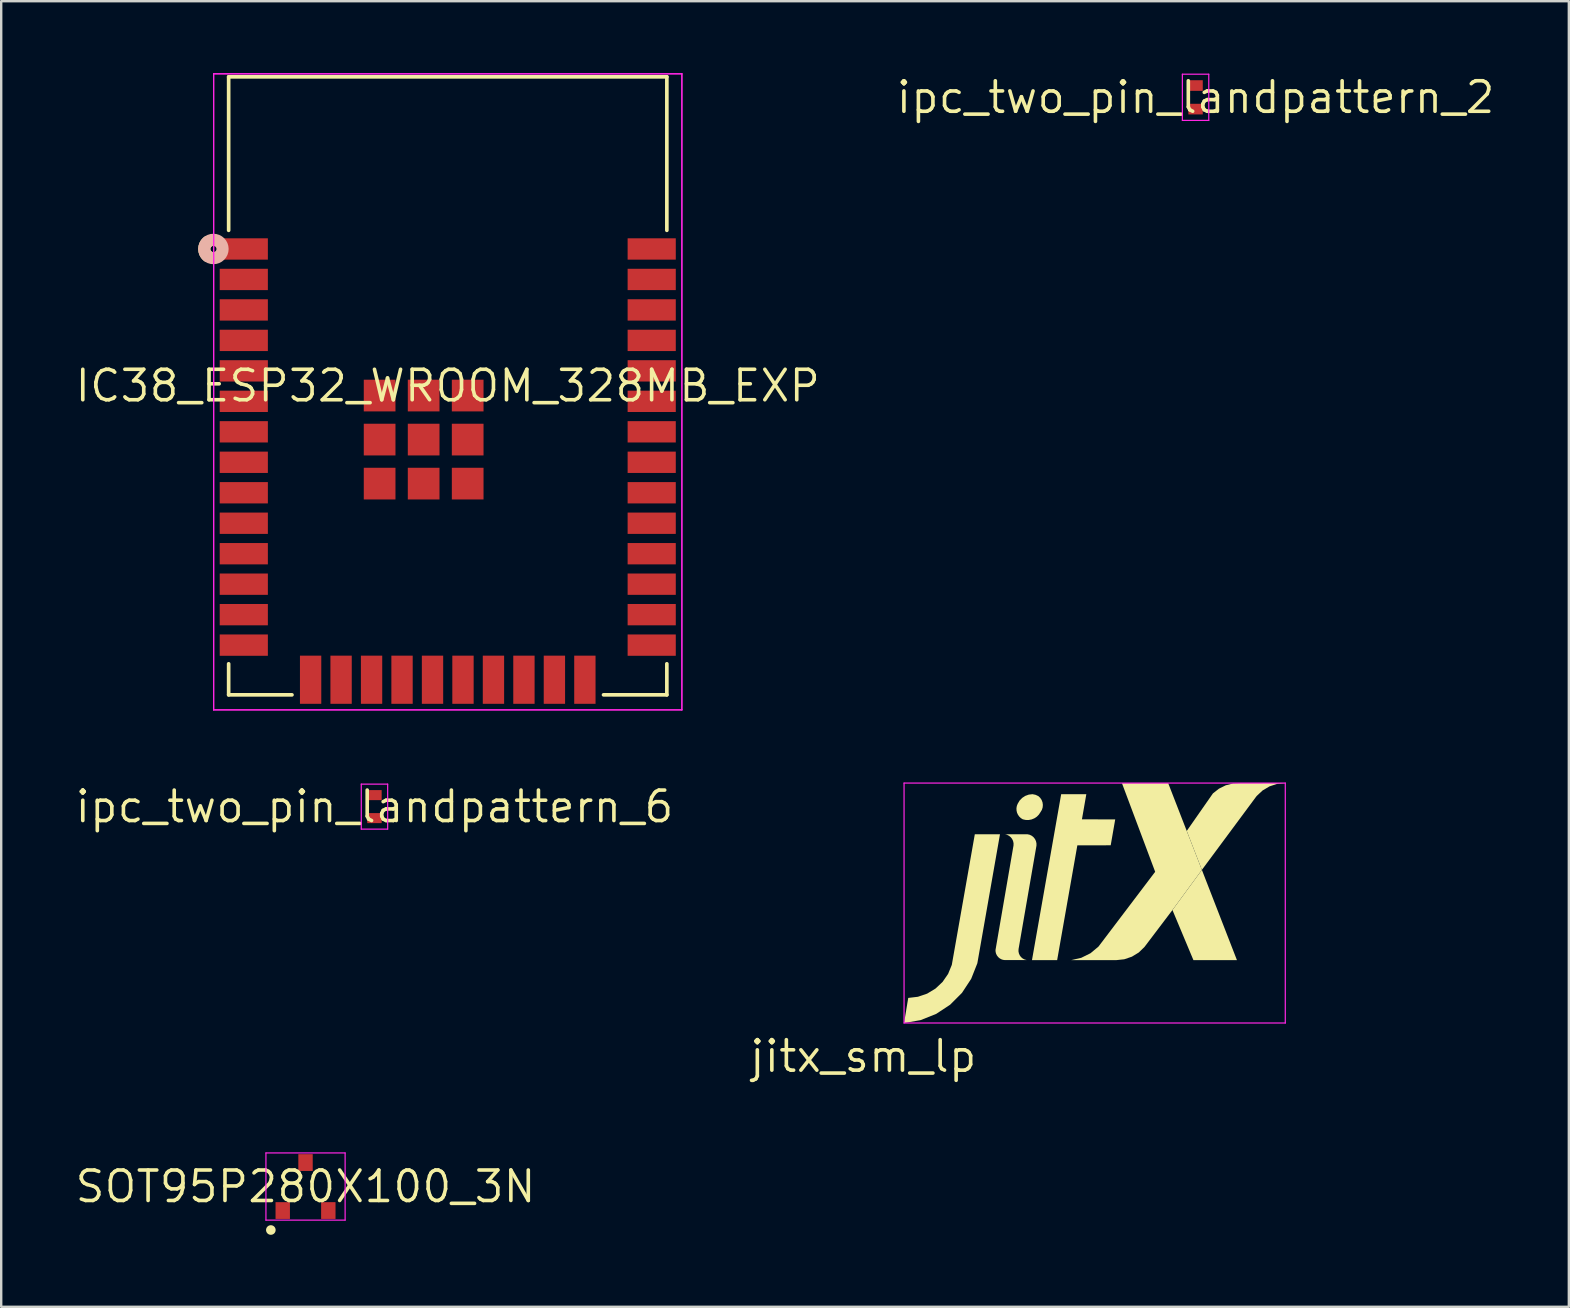
<source format=kicad_pcb>
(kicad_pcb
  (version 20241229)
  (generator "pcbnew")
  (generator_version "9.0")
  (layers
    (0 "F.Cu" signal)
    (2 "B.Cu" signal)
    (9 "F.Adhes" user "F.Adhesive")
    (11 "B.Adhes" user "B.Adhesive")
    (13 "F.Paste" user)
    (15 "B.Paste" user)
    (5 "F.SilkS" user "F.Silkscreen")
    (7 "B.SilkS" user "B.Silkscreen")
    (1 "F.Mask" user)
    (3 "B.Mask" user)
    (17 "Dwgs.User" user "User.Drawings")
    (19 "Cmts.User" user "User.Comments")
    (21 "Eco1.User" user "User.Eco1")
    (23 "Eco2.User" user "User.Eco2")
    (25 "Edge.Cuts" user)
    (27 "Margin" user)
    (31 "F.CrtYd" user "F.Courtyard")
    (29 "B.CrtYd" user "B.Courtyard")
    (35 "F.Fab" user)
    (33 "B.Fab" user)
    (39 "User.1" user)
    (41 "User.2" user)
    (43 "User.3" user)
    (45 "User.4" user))
  (footprint "IC38_ESP32_WROOM_328MB_EXP"
    (layer "F.Cu")
    (at 15.61 13.03)
    (property "Reference" "IC38_ESP32_WROOM_328MB_EXP" (at 0 0 0) (layer "F.SilkS") (effects (font (size 1.27 1.27) (thickness 0.15))))
    (attr through_hole)
    (fp_line (start -9.131 -12.878) (end 9.131 -12.878) (stroke (width 0.152) (type solid)) (layer "F.SilkS"))
    (fp_line (start -9.131 -6.481) (end -9.131 -12.878) (stroke (width 0.152) (type solid)) (layer "F.SilkS"))
    (fp_line (start -9.131 12.878) (end -9.131 11.584) (stroke (width 0.152) (type solid)) (layer "F.SilkS"))
    (fp_line (start -9.131 12.878) (end -6.492 12.878) (stroke (width 0.152) (type solid)) (layer "F.SilkS"))
    (fp_line (start 6.492 12.878) (end 9.131 12.878) (stroke (width 0.152) (type solid)) (layer "F.SilkS"))
    (fp_line (start 9.131 -6.481) (end 9.131 -12.878) (stroke (width 0.152) (type solid)) (layer "F.SilkS"))
    (fp_line (start 9.131 12.878) (end 9.131 11.584) (stroke (width 0.152) (type solid)) (layer "F.SilkS"))
    (fp_arc (start -10.01384 -5.414072) (mid -10.147299 -5.7037) (end -10.013841 -5.993328) (stroke (width 0.508) (type solid)) (layer "F.SilkS"))
    (fp_arc (start -9.3853 -5.7037) (mid -10.1473 -5.7037) (end -9.3853 -5.7037) (stroke (width 0.508) (type solid)) (layer "B.SilkS"))
    (fp_line (start -9.757 -13.005) (end -9.757 13.505) (stroke (width 0.05) (type solid)) (layer "F.CrtYd"))
    (fp_line (start -9.757 -13.005) (end 9.757 -13.005) (stroke (width 0.05) (type solid)) (layer "F.CrtYd"))
    (fp_line (start -9.757 13.505) (end -9.757 -13.005) (stroke (width 0.05) (type solid)) (layer "F.CrtYd"))
    (fp_line (start -9.757 13.505) (end 9.757 13.505) (stroke (width 0.05) (type solid)) (layer "F.CrtYd"))
    (fp_line (start 9.757 -13.005) (end -9.757 -13.005) (stroke (width 0.05) (type solid)) (layer "F.CrtYd"))
    (fp_line (start 9.757 -13.005) (end 9.757 13.505) (stroke (width 0.05) (type solid)) (layer "F.CrtYd"))
    (fp_line (start 9.757 13.505) (end -9.757 13.505) (stroke (width 0.05) (type solid)) (layer "F.CrtYd"))
    (fp_line (start 9.757 13.505) (end 9.757 -13.005) (stroke (width 0.05) (type solid)) (layer "F.CrtYd"))
    (pad "1" smd rect (at -8.5 -5.704) (size 2.007 0.889) (layers "F.Cu" "F.Paste"))
    (pad "2" smd rect (at -8.5 -4.434) (size 2.007 0.889) (layers "F.Cu" "F.Paste"))
    (pad "3" smd rect (at -8.5 -3.164) (size 2.007 0.889) (layers "F.Cu" "F.Paste"))
    (pad "4" smd rect (at -8.5 -1.894) (size 2.007 0.889) (layers "F.Cu" "F.Paste"))
    (pad "5" smd rect (at -8.5 -0.624) (size 2.007 0.889) (layers "F.Cu" "F.Paste"))
    (pad "6" smd rect (at -8.5 0.646) (size 2.007 0.889) (layers "F.Cu" "F.Paste"))
    (pad "7" smd rect (at -8.5 1.916) (size 2.007 0.889) (layers "F.Cu" "F.Paste"))
    (pad "8" smd rect (at -8.5 3.186) (size 2.007 0.889) (layers "F.Cu" "F.Paste"))
    (pad "9" smd rect (at -8.5 4.456) (size 2.007 0.889) (layers "F.Cu" "F.Paste"))
    (pad "10" smd rect (at -8.5 5.726) (size 2.007 0.889) (layers "F.Cu" "F.Paste"))
    (pad "11" smd rect (at -8.5 6.996) (size 2.007 0.889) (layers "F.Cu" "F.Paste"))
    (pad "12" smd rect (at -8.5 8.266) (size 2.007 0.889) (layers "F.Cu" "F.Paste"))
    (pad "13" smd rect (at -8.5 9.536) (size 2.007 0.889) (layers "F.Cu" "F.Paste"))
    (pad "14" smd rect (at -8.5 10.806) (size 2.007 0.889) (layers "F.Cu" "F.Paste"))
    (pad "15" smd rect (at -5.715 12.248) (size 0.889 2.007) (layers "F.Cu" "F.Paste"))
    (pad "16" smd rect (at -4.445 12.248) (size 0.889 2.007) (layers "F.Cu" "F.Paste"))
    (pad "17" smd rect (at -3.175 12.248) (size 0.889 2.007) (layers "F.Cu" "F.Paste"))
    (pad "18" smd rect (at -1.905 12.248) (size 0.889 2.007) (layers "F.Cu" "F.Paste"))
    (pad "19" smd rect (at -0.635 12.248) (size 0.889 2.007) (layers "F.Cu" "F.Paste"))
    (pad "20" smd rect (at 0.635 12.248) (size 0.889 2.007) (layers "F.Cu" "F.Paste"))
    (pad "21" smd rect (at 1.905 12.248) (size 0.889 2.007) (layers "F.Cu" "F.Paste"))
    (pad "22" smd rect (at 3.175 12.248) (size 0.889 2.007) (layers "F.Cu" "F.Paste"))
    (pad "23" smd rect (at 4.445 12.248) (size 0.889 2.007) (layers "F.Cu" "F.Paste"))
    (pad "24" smd rect (at 5.715 12.248) (size 0.889 2.007) (layers "F.Cu" "F.Paste"))
    (pad "25" smd rect (at 8.5 10.806) (size 2.007 0.889) (layers "F.Cu" "F.Paste"))
    (pad "26" smd rect (at 8.5 9.536) (size 2.007 0.889) (layers "F.Cu" "F.Paste"))
    (pad "27" smd rect (at 8.5 8.266) (size 2.007 0.889) (layers "F.Cu" "F.Paste"))
    (pad "28" smd rect (at 8.5 6.996) (size 2.007 0.889) (layers "F.Cu" "F.Paste"))
    (pad "29" smd rect (at 8.5 5.726) (size 2.007 0.889) (layers "F.Cu" "F.Paste"))
    (pad "30" smd rect (at 8.5 4.456) (size 2.007 0.889) (layers "F.Cu" "F.Paste"))
    (pad "31" smd rect (at 8.5 3.186) (size 2.007 0.889) (layers "F.Cu" "F.Paste"))
    (pad "32" smd rect (at 8.5 1.916) (size 2.007 0.889) (layers "F.Cu" "F.Paste"))
    (pad "33" smd rect (at 8.5 0.646) (size 2.007 0.889) (layers "F.Cu" "F.Paste"))
    (pad "34" smd rect (at 8.5 -0.624) (size 2.007 0.889) (layers "F.Cu" "F.Paste"))
    (pad "35" smd rect (at 8.5 -1.894) (size 2.007 0.889) (layers "F.Cu" "F.Paste"))
    (pad "36" smd rect (at 8.5 -3.164) (size 2.007 0.889) (layers "F.Cu" "F.Paste"))
    (pad "37" smd rect (at 8.5 -4.434) (size 2.007 0.889) (layers "F.Cu" "F.Paste"))
    (pad "38" smd rect (at 8.5 -5.704) (size 2.007 0.889) (layers "F.Cu" "F.Paste"))
    (pad "39" smd rect (at -2.839 0.405) (size 1.321 1.321) (layers "F.Cu" "F.Paste"))
    (pad "40" smd rect (at -1.004 0.405) (size 1.321 1.321) (layers "F.Cu" "F.Paste"))
    (pad "41" smd rect (at 0.831 0.405) (size 1.321 1.321) (layers "F.Cu" "F.Paste"))
    (pad "42" smd rect (at -2.839 2.24) (size 1.321 1.321) (layers "F.Cu" "F.Paste"))
    (pad "43" smd rect (at -1.004 2.24) (size 1.321 1.321) (layers "F.Cu" "F.Paste"))
    (pad "44" smd rect (at 0.831 2.24) (size 1.321 1.321) (layers "F.Cu" "F.Paste"))
    (pad "45" smd rect (at -2.839 4.075) (size 1.321 1.321) (layers "F.Cu" "F.Paste"))
    (pad "46" smd rect (at -1.004 4.075) (size 1.321 1.321) (layers "F.Cu" "F.Paste"))
    (pad "47" smd rect (at 0.831 4.075) (size 1.321 1.321) (layers "F.Cu" "F.Paste")))
  (footprint "ipc_two_pin_landpattern_2"
    (layer "F.Cu")
    (at 46.776 1.006)
    (property "Reference" "ipc_two_pin_landpattern_2" (at 0 0 0) (layer "F.SilkS") (effects (font (size 1.27 1.27) (thickness 0.15))))
    (attr through_hole)
    (fp_line (start -0.55 -0.963) (end 0.55 -0.963) (stroke (width 0.05) (type solid)) (layer "F.CrtYd"))
    (fp_line (start -0.55 0.963) (end -0.55 -0.963) (stroke (width 0.05) (type solid)) (layer "F.CrtYd"))
    (fp_line (start 0.55 -0.963) (end 0.55 0.963) (stroke (width 0.05) (type solid)) (layer "F.CrtYd"))
    (fp_line (start 0.55 0.963) (end -0.55 0.963) (stroke (width 0.05) (type solid)) (layer "F.CrtYd"))
    (pad "1" smd rect (at 0 -0.491) (size 0.6 0.443) (layers "F.Cu" "F.Paste"))
    (pad "2" smd rect (at 0 0.491) (size 0.6 0.443) (layers "F.Cu" "F.Paste")))
  (footprint "jitx_sm_lp"
    (layer "F.Cu")
    (at 32.927 40.969)
    (property "Reference" "jitx_sm_lp" (at 0 0 0) (layer "F.SilkS") (effects (font (size 1.27 1.27) (thickness 0.15))))
    (attr through_hole)
    (fp_poly (pts (xy 13.76 -4.004) (xy 12.885 -6.093) (xy 14.112 -7.766) (xy 15.573 -4.005)) (stroke (width 0) (type solid)) (fill yes) (layer "F.SilkS"))
    (fp_poly (pts (xy 8.248 -10.921) (xy 7.031 -4.004) (xy 8.08 -4.004) (xy 8.922 -8.789) (xy 10.312 -8.791) (xy 10.5 -9.871) (xy 9.113 -9.872) (xy 9.296 -10.921)) (stroke (width 0) (type solid)) (fill yes) (layer "F.SilkS"))
    (fp_poly (pts (xy 13.481 -9.389) (xy 14.112 -7.766) (xy 16.394 -10.845) (xy 16.641 -11.075) (xy 16.931 -11.247) (xy 17.252 -11.352) (xy 17.588 -11.384) (xy 15.733 -11.382) (xy 15.415 -11.369) (xy 15.107 -11.291) (xy 14.822 -11.15) (xy 14.572 -10.953)) (stroke (width 0) (type solid)) (fill yes) (layer "F.SilkS"))
    (fp_poly (pts (xy 11.721 -4.556) (xy 12.885 -6.093) (xy 14.112 -7.766) (xy 13.481 -9.389) (xy 12.708 -11.379) (xy 10.78 -11.38) (xy 12.165 -7.687) (xy 9.802 -4.569) (xy 9.471 -4.293) (xy 9.084 -4.102) (xy 8.664 -4.005) (xy 10.545 -4.005) (xy 10.878 -4.041) (xy 11.195 -4.149) (xy 11.481 -4.323)) (stroke (width 0) (type solid)) (fill yes) (layer "F.SilkS"))
    (fp_poly (pts (xy 4.754 -3.874) (xy 5.698 -9.252) (xy 4.649 -9.252) (xy 3.69 -3.807) (xy 3.536 -3.432) (xy 3.305 -3.097) (xy 3.009 -2.819) (xy 2.662 -2.609) (xy 2.277 -2.478) (xy 1.874 -2.43) (xy 1.7 -1.384) (xy 2.388 -1.505) (xy 3.037 -1.763) (xy 3.62 -2.147) (xy 4.114 -2.641) (xy 4.497 -3.225)) (stroke (width 0) (type solid)) (fill yes) (layer "F.SilkS"))
    (fp_poly (pts (xy 7.052 -10.921) (xy 6.897 -10.903) (xy 6.751 -10.85) (xy 6.621 -10.765) (xy 6.513 -10.653) (xy 6.434 -10.519) (xy 6.4 -10.431) (xy 6.384 -10.338) (xy 6.387 -10.244) (xy 6.407 -10.152) (xy 6.446 -10.066) (xy 6.5 -9.989) (xy 6.568 -9.924) (xy 6.648 -9.874) (xy 6.769 -9.847) (xy 6.893 -9.845) (xy 7.015 -9.868) (xy 7.13 -9.915) (xy 7.234 -9.984) (xy 7.321 -10.073) (xy 7.389 -10.177) (xy 7.444 -10.268) (xy 7.476 -10.369) (xy 7.485 -10.474) (xy 7.471 -10.579) (xy 7.434 -10.679) (xy 7.375 -10.767) (xy 7.298 -10.84) (xy 7.18 -10.895)) (stroke (width 0) (type solid)) (fill yes) (layer "F.SilkS"))
    (fp_poly (pts (xy 5.903 -4.007) (xy 6.809 -4.009) (xy 6.722 -4.032) (xy 6.643 -4.074) (xy 6.574 -4.133) (xy 6.521 -4.205) (xy 6.485 -4.288) (xy 6.468 -4.376) (xy 6.472 -4.466) (xy 7.218 -8.777) (xy 7.218 -8.873) (xy 7.197 -8.966) (xy 7.156 -9.052) (xy 7.096 -9.128) (xy 7.022 -9.188) (xy 6.936 -9.23) (xy 6.842 -9.251) (xy 5.904 -9.249) (xy 5.994 -9.227) (xy 6.076 -9.185) (xy 6.148 -9.126) (xy 6.204 -9.053) (xy 6.243 -8.97) (xy 6.263 -8.879) (xy 6.262 -8.787) (xy 5.511 -4.426) (xy 5.516 -4.347) (xy 5.536 -4.27) (xy 5.572 -4.198) (xy 5.62 -4.135) (xy 5.68 -4.083) (xy 5.749 -4.043) (xy 5.824 -4.017)) (stroke (width 0) (type solid)) (fill yes) (layer "F.SilkS"))
    (fp_line (start 1.7 -11.384) (end 17.588 -11.384) (stroke (width 0.05) (type solid)) (layer "F.CrtYd"))
    (fp_line (start 1.7 -1.384) (end 1.7 -11.384) (stroke (width 0.05) (type solid)) (layer "F.CrtYd"))
    (fp_line (start 17.588 -11.384) (end 17.588 -1.384) (stroke (width 0.05) (type solid)) (layer "F.CrtYd"))
    (fp_line (start 17.588 -1.384) (end 1.7 -1.384) (stroke (width 0.05) (type solid)) (layer "F.CrtYd")))
  (footprint "ipc_two_pin_landpattern_6"
    (layer "F.Cu")
    (at 12.556 30.566)
    (property "Reference" "ipc_two_pin_landpattern_6" (at 0 0 0) (layer "F.SilkS") (effects (font (size 1.27 1.27) (thickness 0.15))))
    (attr through_hole)
    (fp_line (start -0.55 -0.938) (end -0.55 0.938) (stroke (width 0.05) (type solid)) (layer "F.CrtYd"))
    (fp_line (start -0.55 0.938) (end 0.55 0.938) (stroke (width 0.05) (type solid)) (layer "F.CrtYd"))
    (fp_line (start 0.55 -0.938) (end -0.55 -0.938) (stroke (width 0.05) (type solid)) (layer "F.CrtYd"))
    (fp_line (start 0.55 0.938) (end 0.55 -0.938) (stroke (width 0.05) (type solid)) (layer "F.CrtYd"))
    (pad "1" smd rect (at 0 -0.479) (size 0.6 0.418) (layers "F.Cu" "F.Paste"))
    (pad "2" smd rect (at 0 0.479) (size 0.6 0.418) (layers "F.Cu" "F.Paste")))
  (footprint "SOT95P280X100_3N"
    (layer "F.Cu")
    (at 9.683 46.4)
    (property "Reference" "SOT95P280X100_3N" (at 0 0 0) (layer "F.SilkS") (effects (font (size 1.27 1.27) (thickness 0.15))))
    (attr through_hole)
    (fp_poly (pts (xy -1.249 1.85) (xy -1.246 1.811) (xy -1.249 1.772) (xy -1.261 1.735) (xy -1.279 1.7) (xy -1.304 1.67) (xy -1.334 1.645) (xy -1.369 1.626) (xy -1.407 1.615) (xy -1.446 1.611) (xy -1.485 1.615) (xy -1.522 1.626) (xy -1.557 1.645) (xy -1.587 1.67) (xy -1.612 1.7) (xy -1.63 1.735) (xy -1.642 1.772) (xy -1.646 1.811) (xy -1.642 1.85) (xy -1.63 1.888) (xy -1.612 1.922) (xy -1.587 1.953) (xy -1.557 1.977) (xy -1.522 1.996) (xy -1.485 2.007) (xy -1.446 2.011) (xy -1.407 2.007) (xy -1.369 1.996) (xy -1.334 1.977) (xy -1.304 1.953) (xy -1.279 1.922) (xy -1.261 1.888)) (stroke (width 0) (type solid)) (fill yes) (layer "F.SilkS"))
    (fp_line (start -1.65 -1.4) (end -1.65 1.4) (stroke (width 0.05) (type solid)) (layer "F.CrtYd"))
    (fp_line (start -1.65 1.4) (end 1.65 1.4) (stroke (width 0.05) (type solid)) (layer "F.CrtYd"))
    (fp_line (start 1.65 -1.4) (end -1.65 -1.4) (stroke (width 0.05) (type solid)) (layer "F.CrtYd"))
    (fp_line (start 1.65 1.4) (end 1.65 -1.4) (stroke (width 0.05) (type solid)) (layer "F.CrtYd"))
    (pad "1" smd rect (at -0.95 1) (size 0.6 0.7) (layers "F.Cu" "F.Paste"))
    (pad "2" smd rect (at 0.95 1) (size 0.6 0.7) (layers "F.Cu" "F.Paste"))
    (pad "3" smd rect (at 0 -1) (size 0.6 0.7) (layers "F.Cu" "F.Paste")))
  (gr_rect
    (start -3 -3)
    (end 62.332 51.411)
    (stroke (width 0.1) (type default))
    (fill no)
    (layer "Edge.Cuts")))
</source>
